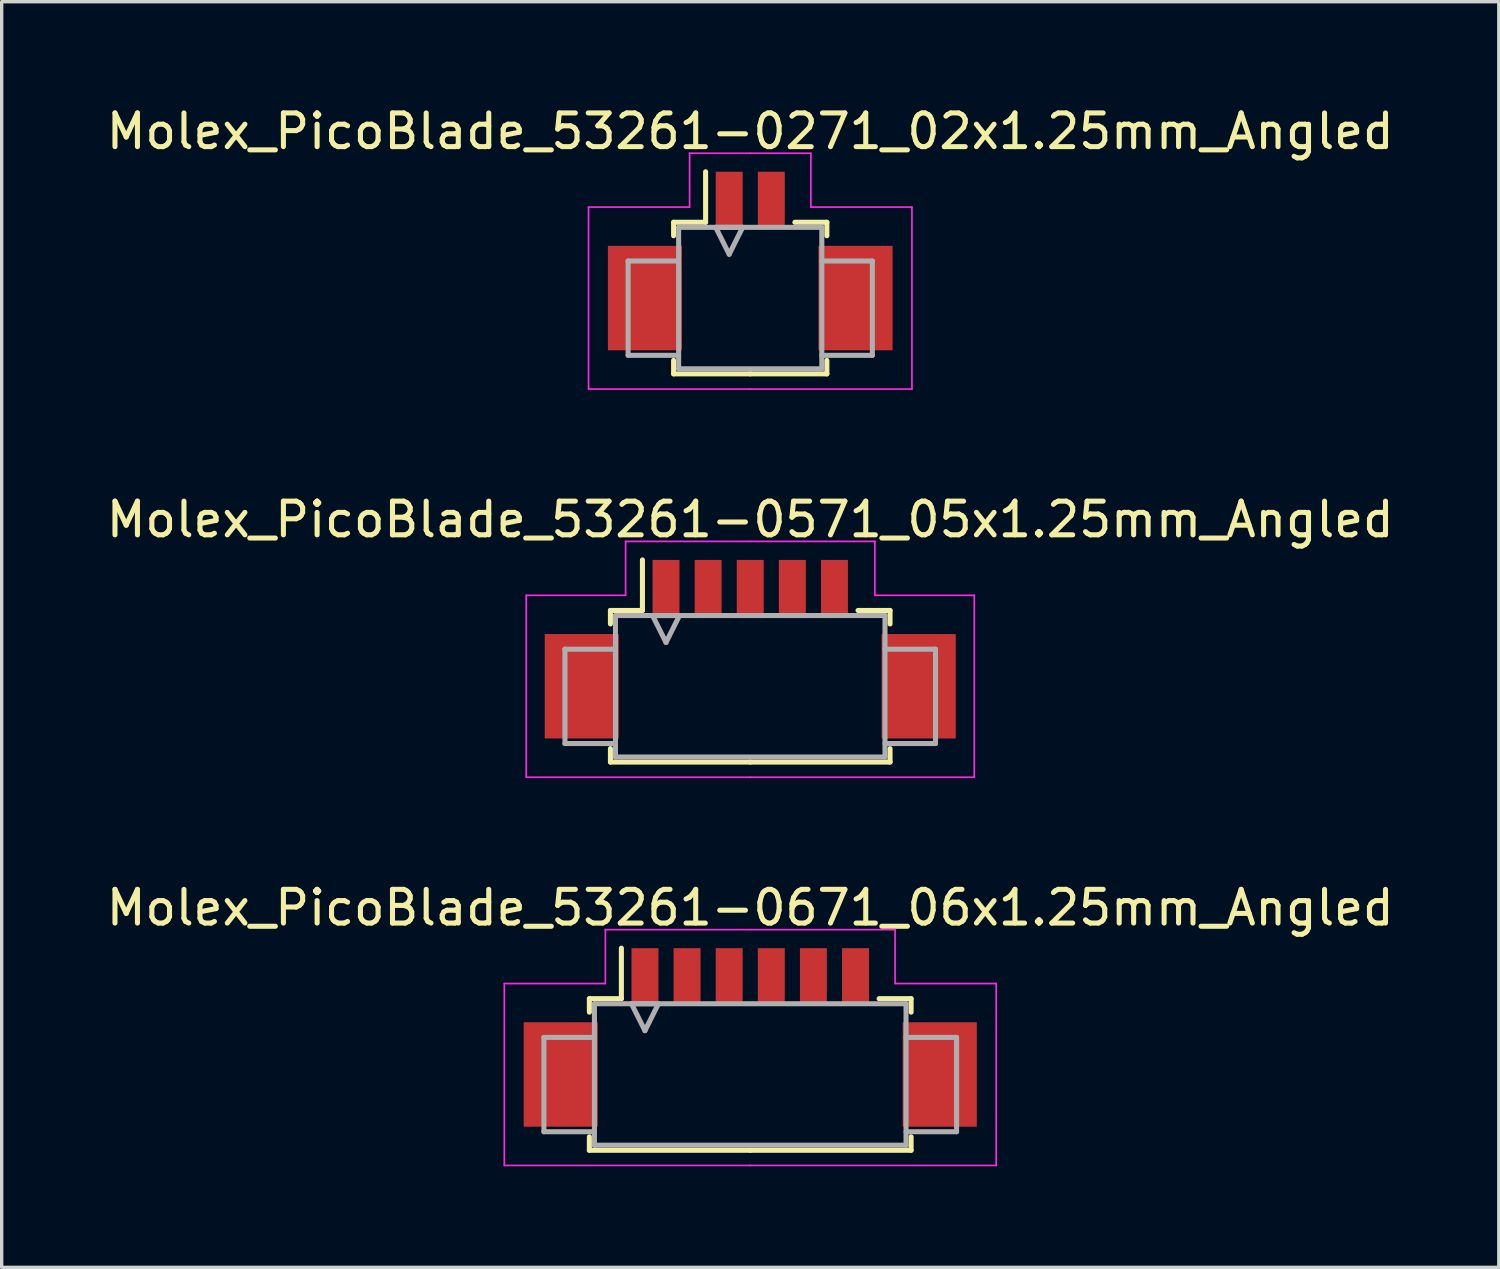
<source format=kicad_pcb>
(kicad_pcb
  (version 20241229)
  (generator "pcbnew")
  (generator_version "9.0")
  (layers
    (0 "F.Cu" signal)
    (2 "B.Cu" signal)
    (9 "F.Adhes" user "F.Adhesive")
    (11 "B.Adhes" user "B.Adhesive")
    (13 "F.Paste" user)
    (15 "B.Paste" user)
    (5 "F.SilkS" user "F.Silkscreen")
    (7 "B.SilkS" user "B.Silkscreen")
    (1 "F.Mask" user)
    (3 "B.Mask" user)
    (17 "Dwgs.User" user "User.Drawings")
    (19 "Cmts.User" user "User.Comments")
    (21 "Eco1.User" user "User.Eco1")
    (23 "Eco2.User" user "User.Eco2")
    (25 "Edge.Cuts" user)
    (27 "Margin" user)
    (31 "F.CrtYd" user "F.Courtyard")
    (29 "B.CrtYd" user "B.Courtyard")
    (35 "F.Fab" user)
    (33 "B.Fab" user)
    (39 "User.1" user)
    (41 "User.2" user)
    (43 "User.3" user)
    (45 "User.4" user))
  (footprint "Molex_PicoBlade_53261-0671_06x1.25mm_Angled"
    (layer "F.Cu")
    (at 19.22 27.395)
    (property "Reference" "Molex_PicoBlade_53261-0671_06x1.25mm_Angled" (at 0 -3.5 0) (layer "F.SilkS") (effects (font (size 1 1) (thickness 0.15))))
    (attr smd)
    (fp_line (start -4.775 -0.8) (end -4.775 -0.4) (stroke (width 0.15) (type solid)) (layer "F.SilkS"))
    (fp_line (start -4.775 3.3) (end -4.775 3.7) (stroke (width 0.15) (type solid)) (layer "F.SilkS"))
    (fp_line (start -4.775 3.7) (end 0 3.7) (stroke (width 0.15) (type solid)) (layer "F.SilkS"))
    (fp_line (start -3.825 -0.8) (end -4.775 -0.8) (stroke (width 0.15) (type solid)) (layer "F.SilkS"))
    (fp_line (start -3.825 -0.8) (end -3.825 -2.3) (stroke (width 0.15) (type solid)) (layer "F.SilkS"))
    (fp_line (start 3.825 -0.8) (end 4.775 -0.8) (stroke (width 0.15) (type solid)) (layer "F.SilkS"))
    (fp_line (start 4.775 -0.8) (end 4.775 -0.4) (stroke (width 0.15) (type solid)) (layer "F.SilkS"))
    (fp_line (start 4.775 3.3) (end 4.775 3.7) (stroke (width 0.15) (type solid)) (layer "F.SilkS"))
    (fp_line (start 4.775 3.7) (end 0 3.7) (stroke (width 0.15) (type solid)) (layer "F.SilkS"))
    (fp_line (start -7.3 -1.25) (end -7.3 4.15) (stroke (width 0.05) (type solid)) (layer "F.CrtYd"))
    (fp_line (start -7.3 4.15) (end 0 4.15) (stroke (width 0.05) (type solid)) (layer "F.CrtYd"))
    (fp_line (start -4.3 -2.85) (end -4.3 -1.25) (stroke (width 0.05) (type solid)) (layer "F.CrtYd"))
    (fp_line (start -4.3 -1.25) (end -7.3 -1.25) (stroke (width 0.05) (type solid)) (layer "F.CrtYd"))
    (fp_line (start 0 -2.85) (end -4.3 -2.85) (stroke (width 0.05) (type solid)) (layer "F.CrtYd"))
    (fp_line (start 0 -2.85) (end 4.3 -2.85) (stroke (width 0.05) (type solid)) (layer "F.CrtYd"))
    (fp_line (start 4.3 -2.85) (end 4.3 -1.25) (stroke (width 0.05) (type solid)) (layer "F.CrtYd"))
    (fp_line (start 4.3 -1.25) (end 7.3 -1.25) (stroke (width 0.05) (type solid)) (layer "F.CrtYd"))
    (fp_line (start 7.3 -1.25) (end 7.3 4.15) (stroke (width 0.05) (type solid)) (layer "F.CrtYd"))
    (fp_line (start 7.3 4.15) (end 0 4.15) (stroke (width 0.05) (type solid)) (layer "F.CrtYd"))
    (fp_line (start -6.125 0.35) (end -6.125 3.15) (stroke (width 0.15) (type solid)) (layer "F.Fab"))
    (fp_line (start -6.125 3.15) (end -4.625 3.15) (stroke (width 0.15) (type solid)) (layer "F.Fab"))
    (fp_line (start -4.625 -0.65) (end 4.625 -0.65) (stroke (width 0.15) (type solid)) (layer "F.Fab"))
    (fp_line (start -4.625 0.35) (end -6.125 0.35) (stroke (width 0.15) (type solid)) (layer "F.Fab"))
    (fp_line (start -4.625 3.55) (end -4.625 -0.65) (stroke (width 0.15) (type solid)) (layer "F.Fab"))
    (fp_line (start -3.525 -0.65) (end -3.125 0.15) (stroke (width 0.15) (type solid)) (layer "F.Fab"))
    (fp_line (start -3.125 0.15) (end -2.725 -0.65) (stroke (width 0.15) (type solid)) (layer "F.Fab"))
    (fp_line (start -2.725 -0.65) (end -3.525 -0.65) (stroke (width 0.15) (type solid)) (layer "F.Fab"))
    (fp_line (start 4.625 -0.65) (end 4.625 3.55) (stroke (width 0.15) (type solid)) (layer "F.Fab"))
    (fp_line (start 4.625 0.35) (end 6.125 0.35) (stroke (width 0.15) (type solid)) (layer "F.Fab"))
    (fp_line (start 4.625 3.55) (end -4.625 3.55) (stroke (width 0.15) (type solid)) (layer "F.Fab"))
    (fp_line (start 6.125 0.35) (end 6.125 3.15) (stroke (width 0.15) (type solid)) (layer "F.Fab"))
    (fp_line (start 6.125 3.15) (end 4.625 3.15) (stroke (width 0.15) (type solid)) (layer "F.Fab"))
    (pad "" smd rect (at -5.625 1.45) (size 2.2 3.1) (layers "F.Cu" "F.Mask" "F.Paste"))
    (pad "" smd rect (at 5.625 1.45) (size 2.2 3.1) (layers "F.Cu" "F.Mask" "F.Paste"))
    (pad "1" smd rect (at -3.125 -1.45) (size 0.8 1.7) (layers "F.Cu" "F.Mask" "F.Paste"))
    (pad "2" smd rect (at -1.875 -1.45) (size 0.8 1.7) (layers "F.Cu" "F.Mask" "F.Paste"))
    (pad "3" smd rect (at -0.625 -1.45) (size 0.8 1.7) (layers "F.Cu" "F.Mask" "F.Paste"))
    (pad "4" smd rect (at 0.625 -1.45) (size 0.8 1.7) (layers "F.Cu" "F.Mask" "F.Paste"))
    (pad "5" smd rect (at 1.875 -1.45) (size 0.8 1.7) (layers "F.Cu" "F.Mask" "F.Paste"))
    (pad "6" smd rect (at 3.125 -1.45) (size 0.8 1.7) (layers "F.Cu" "F.Mask" "F.Paste")))
  (footprint "Molex_PicoBlade_53261-0571_05x1.25mm_Angled"
    (layer "F.Cu")
    (at 19.22 15.871)
    (property "Reference" "Molex_PicoBlade_53261-0571_05x1.25mm_Angled" (at 0 -3.5 0) (layer "F.SilkS") (effects (font (size 1 1) (thickness 0.15))))
    (attr smd)
    (fp_line (start -4.15 -0.8) (end -4.15 -0.4) (stroke (width 0.15) (type solid)) (layer "F.SilkS"))
    (fp_line (start -4.15 3.3) (end -4.15 3.7) (stroke (width 0.15) (type solid)) (layer "F.SilkS"))
    (fp_line (start -4.15 3.7) (end 0 3.7) (stroke (width 0.15) (type solid)) (layer "F.SilkS"))
    (fp_line (start -3.2 -0.8) (end -4.15 -0.8) (stroke (width 0.15) (type solid)) (layer "F.SilkS"))
    (fp_line (start -3.2 -0.8) (end -3.2 -2.3) (stroke (width 0.15) (type solid)) (layer "F.SilkS"))
    (fp_line (start 3.2 -0.8) (end 4.15 -0.8) (stroke (width 0.15) (type solid)) (layer "F.SilkS"))
    (fp_line (start 4.15 -0.8) (end 4.15 -0.4) (stroke (width 0.15) (type solid)) (layer "F.SilkS"))
    (fp_line (start 4.15 3.3) (end 4.15 3.7) (stroke (width 0.15) (type solid)) (layer "F.SilkS"))
    (fp_line (start 4.15 3.7) (end 0 3.7) (stroke (width 0.15) (type solid)) (layer "F.SilkS"))
    (fp_line (start -6.65 -1.25) (end -6.65 4.15) (stroke (width 0.05) (type solid)) (layer "F.CrtYd"))
    (fp_line (start -6.65 4.15) (end 0 4.15) (stroke (width 0.05) (type solid)) (layer "F.CrtYd"))
    (fp_line (start -3.7 -2.85) (end -3.7 -1.25) (stroke (width 0.05) (type solid)) (layer "F.CrtYd"))
    (fp_line (start -3.7 -1.25) (end -6.65 -1.25) (stroke (width 0.05) (type solid)) (layer "F.CrtYd"))
    (fp_line (start 0 -2.85) (end -3.7 -2.85) (stroke (width 0.05) (type solid)) (layer "F.CrtYd"))
    (fp_line (start 0 -2.85) (end 3.7 -2.85) (stroke (width 0.05) (type solid)) (layer "F.CrtYd"))
    (fp_line (start 3.7 -2.85) (end 3.7 -1.25) (stroke (width 0.05) (type solid)) (layer "F.CrtYd"))
    (fp_line (start 3.7 -1.25) (end 6.65 -1.25) (stroke (width 0.05) (type solid)) (layer "F.CrtYd"))
    (fp_line (start 6.65 -1.25) (end 6.65 4.15) (stroke (width 0.05) (type solid)) (layer "F.CrtYd"))
    (fp_line (start 6.65 4.15) (end 0 4.15) (stroke (width 0.05) (type solid)) (layer "F.CrtYd"))
    (fp_line (start -5.5 0.35) (end -5.5 3.15) (stroke (width 0.15) (type solid)) (layer "F.Fab"))
    (fp_line (start -5.5 3.15) (end -4 3.15) (stroke (width 0.15) (type solid)) (layer "F.Fab"))
    (fp_line (start -4 -0.65) (end 4 -0.65) (stroke (width 0.15) (type solid)) (layer "F.Fab"))
    (fp_line (start -4 0.35) (end -5.5 0.35) (stroke (width 0.15) (type solid)) (layer "F.Fab"))
    (fp_line (start -4 3.55) (end -4 -0.65) (stroke (width 0.15) (type solid)) (layer "F.Fab"))
    (fp_line (start -2.9 -0.65) (end -2.5 0.15) (stroke (width 0.15) (type solid)) (layer "F.Fab"))
    (fp_line (start -2.5 0.15) (end -2.1 -0.65) (stroke (width 0.15) (type solid)) (layer "F.Fab"))
    (fp_line (start -2.1 -0.65) (end -2.9 -0.65) (stroke (width 0.15) (type solid)) (layer "F.Fab"))
    (fp_line (start 4 -0.65) (end 4 3.55) (stroke (width 0.15) (type solid)) (layer "F.Fab"))
    (fp_line (start 4 0.35) (end 5.5 0.35) (stroke (width 0.15) (type solid)) (layer "F.Fab"))
    (fp_line (start 4 3.55) (end -4 3.55) (stroke (width 0.15) (type solid)) (layer "F.Fab"))
    (fp_line (start 5.5 0.35) (end 5.5 3.15) (stroke (width 0.15) (type solid)) (layer "F.Fab"))
    (fp_line (start 5.5 3.15) (end 4 3.15) (stroke (width 0.15) (type solid)) (layer "F.Fab"))
    (pad "" smd rect (at -5 1.45) (size 2.2 3.1) (layers "F.Cu" "F.Mask" "F.Paste"))
    (pad "" smd rect (at 5 1.45) (size 2.2 3.1) (layers "F.Cu" "F.Mask" "F.Paste"))
    (pad "1" smd rect (at -2.5 -1.45) (size 0.8 1.7) (layers "F.Cu" "F.Mask" "F.Paste"))
    (pad "2" smd rect (at -1.25 -1.45) (size 0.8 1.7) (layers "F.Cu" "F.Mask" "F.Paste"))
    (pad "3" smd rect (at 0 -1.45) (size 0.8 1.7) (layers "F.Cu" "F.Mask" "F.Paste"))
    (pad "4" smd rect (at 1.25 -1.45) (size 0.8 1.7) (layers "F.Cu" "F.Mask" "F.Paste"))
    (pad "5" smd rect (at 2.5 -1.45) (size 0.8 1.7) (layers "F.Cu" "F.Mask" "F.Paste")))
  (footprint "Molex_PicoBlade_53261-0271_02x1.25mm_Angled"
    (layer "F.Cu")
    (at 19.22 4.348)
    (property "Reference" "Molex_PicoBlade_53261-0271_02x1.25mm_Angled" (at 0 -3.5 0) (layer "F.SilkS") (effects (font (size 1 1) (thickness 0.15))))
    (attr smd)
    (fp_line (start -2.275 -0.8) (end -2.275 -0.4) (stroke (width 0.15) (type solid)) (layer "F.SilkS"))
    (fp_line (start -2.275 3.3) (end -2.275 3.7) (stroke (width 0.15) (type solid)) (layer "F.SilkS"))
    (fp_line (start -2.275 3.7) (end 0 3.7) (stroke (width 0.15) (type solid)) (layer "F.SilkS"))
    (fp_line (start -1.325 -0.8) (end -2.275 -0.8) (stroke (width 0.15) (type solid)) (layer "F.SilkS"))
    (fp_line (start -1.325 -0.8) (end -1.325 -2.3) (stroke (width 0.15) (type solid)) (layer "F.SilkS"))
    (fp_line (start 1.325 -0.8) (end 2.275 -0.8) (stroke (width 0.15) (type solid)) (layer "F.SilkS"))
    (fp_line (start 2.275 -0.8) (end 2.275 -0.4) (stroke (width 0.15) (type solid)) (layer "F.SilkS"))
    (fp_line (start 2.275 3.3) (end 2.275 3.7) (stroke (width 0.15) (type solid)) (layer "F.SilkS"))
    (fp_line (start 2.275 3.7) (end 0 3.7) (stroke (width 0.15) (type solid)) (layer "F.SilkS"))
    (fp_line (start -4.8 -1.25) (end -4.8 4.15) (stroke (width 0.05) (type solid)) (layer "F.CrtYd"))
    (fp_line (start -4.8 4.15) (end 0 4.15) (stroke (width 0.05) (type solid)) (layer "F.CrtYd"))
    (fp_line (start -1.8 -2.85) (end -1.8 -1.25) (stroke (width 0.05) (type solid)) (layer "F.CrtYd"))
    (fp_line (start -1.8 -1.25) (end -4.8 -1.25) (stroke (width 0.05) (type solid)) (layer "F.CrtYd"))
    (fp_line (start 0 -2.85) (end -1.8 -2.85) (stroke (width 0.05) (type solid)) (layer "F.CrtYd"))
    (fp_line (start 0 -2.85) (end 1.8 -2.85) (stroke (width 0.05) (type solid)) (layer "F.CrtYd"))
    (fp_line (start 1.8 -2.85) (end 1.8 -1.25) (stroke (width 0.05) (type solid)) (layer "F.CrtYd"))
    (fp_line (start 1.8 -1.25) (end 4.8 -1.25) (stroke (width 0.05) (type solid)) (layer "F.CrtYd"))
    (fp_line (start 4.8 -1.25) (end 4.8 4.15) (stroke (width 0.05) (type solid)) (layer "F.CrtYd"))
    (fp_line (start 4.8 4.15) (end 0 4.15) (stroke (width 0.05) (type solid)) (layer "F.CrtYd"))
    (fp_line (start -3.625 0.35) (end -3.625 3.15) (stroke (width 0.15) (type solid)) (layer "F.Fab"))
    (fp_line (start -3.625 3.15) (end -2.125 3.15) (stroke (width 0.15) (type solid)) (layer "F.Fab"))
    (fp_line (start -2.125 -0.65) (end 2.125 -0.65) (stroke (width 0.15) (type solid)) (layer "F.Fab"))
    (fp_line (start -2.125 0.35) (end -3.625 0.35) (stroke (width 0.15) (type solid)) (layer "F.Fab"))
    (fp_line (start -2.125 3.55) (end -2.125 -0.65) (stroke (width 0.15) (type solid)) (layer "F.Fab"))
    (fp_line (start -1.025 -0.65) (end -0.625 0.15) (stroke (width 0.15) (type solid)) (layer "F.Fab"))
    (fp_line (start -0.625 0.15) (end -0.225 -0.65) (stroke (width 0.15) (type solid)) (layer "F.Fab"))
    (fp_line (start -0.225 -0.65) (end -1.025 -0.65) (stroke (width 0.15) (type solid)) (layer "F.Fab"))
    (fp_line (start 2.125 -0.65) (end 2.125 3.55) (stroke (width 0.15) (type solid)) (layer "F.Fab"))
    (fp_line (start 2.125 0.35) (end 3.625 0.35) (stroke (width 0.15) (type solid)) (layer "F.Fab"))
    (fp_line (start 2.125 3.55) (end -2.125 3.55) (stroke (width 0.15) (type solid)) (layer "F.Fab"))
    (fp_line (start 3.625 0.35) (end 3.625 3.15) (stroke (width 0.15) (type solid)) (layer "F.Fab"))
    (fp_line (start 3.625 3.15) (end 2.125 3.15) (stroke (width 0.15) (type solid)) (layer "F.Fab"))
    (pad "" smd rect (at -3.125 1.45) (size 2.2 3.1) (layers "F.Cu" "F.Mask" "F.Paste"))
    (pad "" smd rect (at 3.125 1.45) (size 2.2 3.1) (layers "F.Cu" "F.Mask" "F.Paste"))
    (pad "1" smd rect (at -0.625 -1.45) (size 0.8 1.7) (layers "F.Cu" "F.Mask" "F.Paste"))
    (pad "2" smd rect (at 0.625 -1.45) (size 0.8 1.7) (layers "F.Cu" "F.Mask" "F.Paste")))
  (gr_rect
    (start -3 -3)
    (end 41.44 34.57)
    (stroke (width 0.1) (type default))
    (fill no)
    (layer "Edge.Cuts")))
</source>
